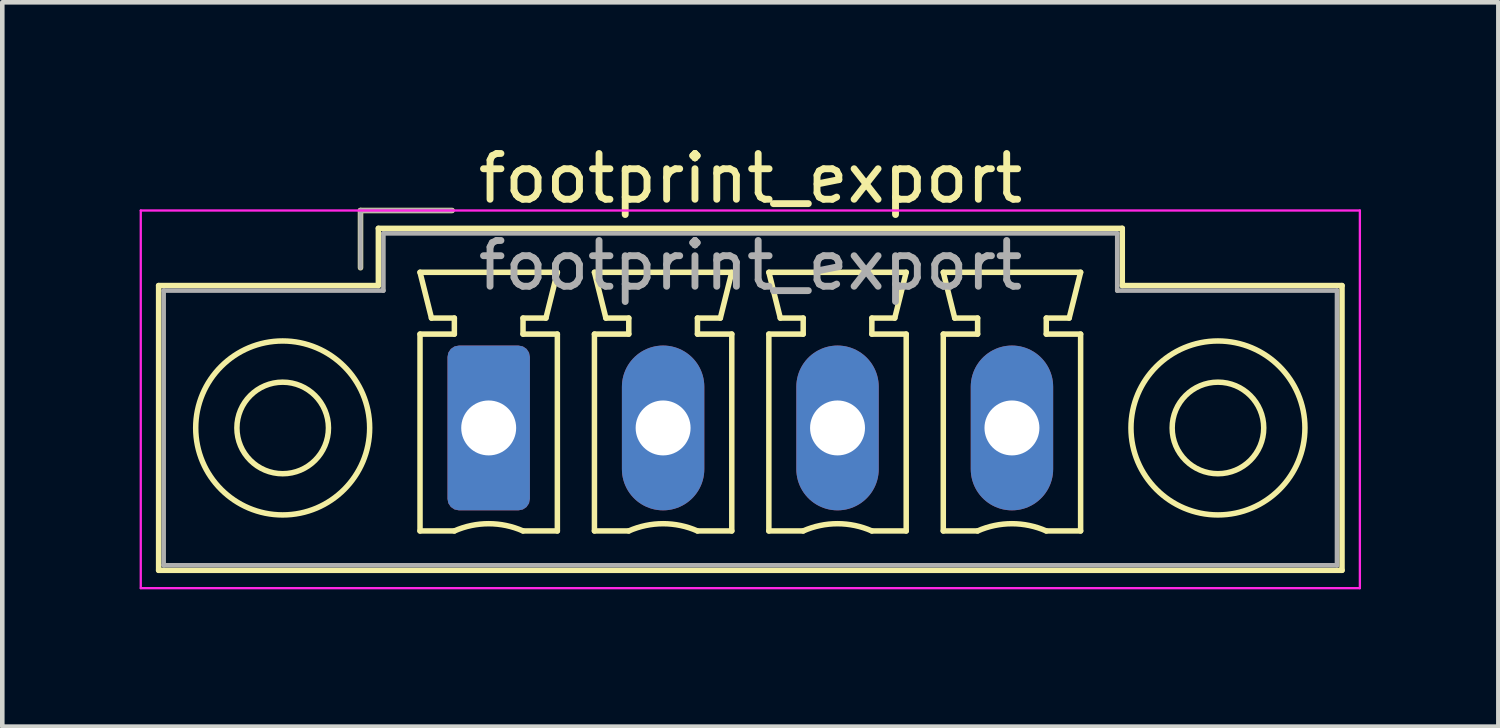
<source format=kicad_pcb>
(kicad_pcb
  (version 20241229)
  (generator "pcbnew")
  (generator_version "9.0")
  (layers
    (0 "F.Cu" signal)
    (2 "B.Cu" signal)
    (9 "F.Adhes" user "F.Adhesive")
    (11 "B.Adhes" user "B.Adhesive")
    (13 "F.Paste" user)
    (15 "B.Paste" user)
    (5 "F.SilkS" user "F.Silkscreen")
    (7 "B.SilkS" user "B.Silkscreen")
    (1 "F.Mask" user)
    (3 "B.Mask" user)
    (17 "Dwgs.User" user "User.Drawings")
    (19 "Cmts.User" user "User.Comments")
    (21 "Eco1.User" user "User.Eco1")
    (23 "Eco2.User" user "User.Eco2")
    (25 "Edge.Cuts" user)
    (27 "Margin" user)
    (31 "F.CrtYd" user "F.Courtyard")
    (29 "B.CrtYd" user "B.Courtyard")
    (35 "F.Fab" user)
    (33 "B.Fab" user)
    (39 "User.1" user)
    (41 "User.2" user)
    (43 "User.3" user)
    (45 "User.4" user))
  (footprint "footprint_export"
    (layer "F.Cu")
    (at 7.625 6.298)
    (property "Reference" "footprint_export" (at 5.72 -5.45 0) (layer "F.SilkS") (effects (font (size 1 1) (thickness 0.15))))
    (attr through_hole)
    (fp_line (start -7.21 -3.11) (end -7.21 3.11) (stroke (width 0.12) (type solid)) (layer "F.SilkS"))
    (fp_line (start -7.21 3.11) (end 18.64 3.11) (stroke (width 0.12) (type solid)) (layer "F.SilkS"))
    (fp_line (start -2.8 -4.75) (end -0.8 -4.75) (stroke (width 0.12) (type solid)) (layer "F.SilkS"))
    (fp_line (start -2.8 -3.5) (end -2.8 -4.75) (stroke (width 0.12) (type solid)) (layer "F.SilkS"))
    (fp_line (start -2.41 -4.36) (end -2.41 -3.11) (stroke (width 0.12) (type solid)) (layer "F.SilkS"))
    (fp_line (start -2.41 -3.11) (end -7.21 -3.11) (stroke (width 0.12) (type solid)) (layer "F.SilkS"))
    (fp_line (start -1.5 -3.4) (end 1.5 -3.4) (stroke (width 0.12) (type solid)) (layer "F.SilkS"))
    (fp_line (start -1.5 -2.05) (end -0.75 -2.05) (stroke (width 0.12) (type solid)) (layer "F.SilkS"))
    (fp_line (start -1.5 2.25) (end -1.5 -2.05) (stroke (width 0.12) (type solid)) (layer "F.SilkS"))
    (fp_line (start -1.25 -2.4) (end -1.5 -3.4) (stroke (width 0.12) (type solid)) (layer "F.SilkS"))
    (fp_line (start -0.75 -2.4) (end -1.25 -2.4) (stroke (width 0.12) (type solid)) (layer "F.SilkS"))
    (fp_line (start -0.75 -2.05) (end -0.75 -2.4) (stroke (width 0.12) (type solid)) (layer "F.SilkS"))
    (fp_line (start -0.75 2.25) (end -1.5 2.25) (stroke (width 0.12) (type solid)) (layer "F.SilkS"))
    (fp_line (start 0.75 -2.4) (end 0.75 -2.05) (stroke (width 0.12) (type solid)) (layer "F.SilkS"))
    (fp_line (start 0.75 -2.05) (end 1.5 -2.05) (stroke (width 0.12) (type solid)) (layer "F.SilkS"))
    (fp_line (start 1.25 -2.4) (end 0.75 -2.4) (stroke (width 0.12) (type solid)) (layer "F.SilkS"))
    (fp_line (start 1.5 -3.4) (end 1.25 -2.4) (stroke (width 0.12) (type solid)) (layer "F.SilkS"))
    (fp_line (start 1.5 -2.05) (end 1.5 2.25) (stroke (width 0.12) (type solid)) (layer "F.SilkS"))
    (fp_line (start 1.5 2.25) (end 0.75 2.25) (stroke (width 0.12) (type solid)) (layer "F.SilkS"))
    (fp_line (start 2.31 -3.4) (end 5.31 -3.4) (stroke (width 0.12) (type solid)) (layer "F.SilkS"))
    (fp_line (start 2.31 -2.05) (end 3.06 -2.05) (stroke (width 0.12) (type solid)) (layer "F.SilkS"))
    (fp_line (start 2.31 2.25) (end 2.31 -2.05) (stroke (width 0.12) (type solid)) (layer "F.SilkS"))
    (fp_line (start 2.56 -2.4) (end 2.31 -3.4) (stroke (width 0.12) (type solid)) (layer "F.SilkS"))
    (fp_line (start 3.06 -2.4) (end 2.56 -2.4) (stroke (width 0.12) (type solid)) (layer "F.SilkS"))
    (fp_line (start 3.06 -2.05) (end 3.06 -2.4) (stroke (width 0.12) (type solid)) (layer "F.SilkS"))
    (fp_line (start 3.06 2.25) (end 2.31 2.25) (stroke (width 0.12) (type solid)) (layer "F.SilkS"))
    (fp_line (start 4.56 -2.4) (end 4.56 -2.05) (stroke (width 0.12) (type solid)) (layer "F.SilkS"))
    (fp_line (start 4.56 -2.05) (end 5.31 -2.05) (stroke (width 0.12) (type solid)) (layer "F.SilkS"))
    (fp_line (start 5.06 -2.4) (end 4.56 -2.4) (stroke (width 0.12) (type solid)) (layer "F.SilkS"))
    (fp_line (start 5.31 -3.4) (end 5.06 -2.4) (stroke (width 0.12) (type solid)) (layer "F.SilkS"))
    (fp_line (start 5.31 -2.05) (end 5.31 2.25) (stroke (width 0.12) (type solid)) (layer "F.SilkS"))
    (fp_line (start 5.31 2.25) (end 4.56 2.25) (stroke (width 0.12) (type solid)) (layer "F.SilkS"))
    (fp_line (start 6.12 -3.4) (end 9.12 -3.4) (stroke (width 0.12) (type solid)) (layer "F.SilkS"))
    (fp_line (start 6.12 -2.05) (end 6.87 -2.05) (stroke (width 0.12) (type solid)) (layer "F.SilkS"))
    (fp_line (start 6.12 2.25) (end 6.12 -2.05) (stroke (width 0.12) (type solid)) (layer "F.SilkS"))
    (fp_line (start 6.37 -2.4) (end 6.12 -3.4) (stroke (width 0.12) (type solid)) (layer "F.SilkS"))
    (fp_line (start 6.87 -2.4) (end 6.37 -2.4) (stroke (width 0.12) (type solid)) (layer "F.SilkS"))
    (fp_line (start 6.87 -2.05) (end 6.87 -2.4) (stroke (width 0.12) (type solid)) (layer "F.SilkS"))
    (fp_line (start 6.87 2.25) (end 6.12 2.25) (stroke (width 0.12) (type solid)) (layer "F.SilkS"))
    (fp_line (start 8.37 -2.4) (end 8.37 -2.05) (stroke (width 0.12) (type solid)) (layer "F.SilkS"))
    (fp_line (start 8.37 -2.05) (end 9.12 -2.05) (stroke (width 0.12) (type solid)) (layer "F.SilkS"))
    (fp_line (start 8.87 -2.4) (end 8.37 -2.4) (stroke (width 0.12) (type solid)) (layer "F.SilkS"))
    (fp_line (start 9.12 -3.4) (end 8.87 -2.4) (stroke (width 0.12) (type solid)) (layer "F.SilkS"))
    (fp_line (start 9.12 -2.05) (end 9.12 2.25) (stroke (width 0.12) (type solid)) (layer "F.SilkS"))
    (fp_line (start 9.12 2.25) (end 8.37 2.25) (stroke (width 0.12) (type solid)) (layer "F.SilkS"))
    (fp_line (start 9.93 -3.4) (end 12.93 -3.4) (stroke (width 0.12) (type solid)) (layer "F.SilkS"))
    (fp_line (start 9.93 -2.05) (end 10.68 -2.05) (stroke (width 0.12) (type solid)) (layer "F.SilkS"))
    (fp_line (start 9.93 2.25) (end 9.93 -2.05) (stroke (width 0.12) (type solid)) (layer "F.SilkS"))
    (fp_line (start 10.18 -2.4) (end 9.93 -3.4) (stroke (width 0.12) (type solid)) (layer "F.SilkS"))
    (fp_line (start 10.68 -2.4) (end 10.18 -2.4) (stroke (width 0.12) (type solid)) (layer "F.SilkS"))
    (fp_line (start 10.68 -2.05) (end 10.68 -2.4) (stroke (width 0.12) (type solid)) (layer "F.SilkS"))
    (fp_line (start 10.68 2.25) (end 9.93 2.25) (stroke (width 0.12) (type solid)) (layer "F.SilkS"))
    (fp_line (start 12.18 -2.4) (end 12.18 -2.05) (stroke (width 0.12) (type solid)) (layer "F.SilkS"))
    (fp_line (start 12.18 -2.05) (end 12.93 -2.05) (stroke (width 0.12) (type solid)) (layer "F.SilkS"))
    (fp_line (start 12.68 -2.4) (end 12.18 -2.4) (stroke (width 0.12) (type solid)) (layer "F.SilkS"))
    (fp_line (start 12.93 -3.4) (end 12.68 -2.4) (stroke (width 0.12) (type solid)) (layer "F.SilkS"))
    (fp_line (start 12.93 -2.05) (end 12.93 2.25) (stroke (width 0.12) (type solid)) (layer "F.SilkS"))
    (fp_line (start 12.93 2.25) (end 12.18 2.25) (stroke (width 0.12) (type solid)) (layer "F.SilkS"))
    (fp_line (start 13.84 -4.36) (end -2.41 -4.36) (stroke (width 0.12) (type solid)) (layer "F.SilkS"))
    (fp_line (start 13.84 -3.11) (end 13.84 -4.36) (stroke (width 0.12) (type solid)) (layer "F.SilkS"))
    (fp_line (start 18.64 -3.11) (end 13.84 -3.11) (stroke (width 0.12) (type solid)) (layer "F.SilkS"))
    (fp_line (start 18.64 3.11) (end 18.64 -3.11) (stroke (width 0.12) (type solid)) (layer "F.SilkS"))
    (fp_arc (start -0.75 2.25) (mid -0.000193 2.09191) (end 0.749647 2.249844) (stroke (width 0.12) (type solid)) (layer "F.SilkS"))
    (fp_arc (start 3.06 2.25) (mid 3.809807 2.09191) (end 4.559647 2.249844) (stroke (width 0.12) (type solid)) (layer "F.SilkS"))
    (fp_arc (start 6.87 2.25) (mid 7.619807 2.09191) (end 8.369647 2.249844) (stroke (width 0.12) (type solid)) (layer "F.SilkS"))
    (fp_arc (start 10.68 2.25) (mid 11.429807 2.09191) (end 12.179647 2.249844) (stroke (width 0.12) (type solid)) (layer "F.SilkS"))
    (fp_circle (center -4.5 0) (end -3.5 0) (stroke (width 0.12) (type solid)) (fill no) (layer "F.SilkS"))
    (fp_circle (center -4.5 0) (end -2.6 0) (stroke (width 0.12) (type solid)) (fill no) (layer "F.SilkS"))
    (fp_circle (center 15.93 0) (end 16.93 0) (stroke (width 0.12) (type solid)) (fill no) (layer "F.SilkS"))
    (fp_circle (center 15.93 0) (end 17.83 0) (stroke (width 0.12) (type solid)) (fill no) (layer "F.SilkS"))
    (fp_line (start -7.6 -4.75) (end -7.6 3.5) (stroke (width 0.05) (type solid)) (layer "F.CrtYd"))
    (fp_line (start -7.6 3.5) (end 19.03 3.5) (stroke (width 0.05) (type solid)) (layer "F.CrtYd"))
    (fp_line (start 19.03 -4.75) (end -7.6 -4.75) (stroke (width 0.05) (type solid)) (layer "F.CrtYd"))
    (fp_line (start 19.03 3.5) (end 19.03 -4.75) (stroke (width 0.05) (type solid)) (layer "F.CrtYd"))
    (fp_line (start -7.1 -3) (end -7.1 3) (stroke (width 0.1) (type solid)) (layer "F.Fab"))
    (fp_line (start -7.1 3) (end 18.53 3) (stroke (width 0.1) (type solid)) (layer "F.Fab"))
    (fp_line (start -2.8 -4.75) (end -0.8 -4.75) (stroke (width 0.1) (type solid)) (layer "F.Fab"))
    (fp_line (start -2.8 -3.5) (end -2.8 -4.75) (stroke (width 0.1) (type solid)) (layer "F.Fab"))
    (fp_line (start -2.3 -4.25) (end -2.3 -3) (stroke (width 0.1) (type solid)) (layer "F.Fab"))
    (fp_line (start -2.3 -3) (end -7.1 -3) (stroke (width 0.1) (type solid)) (layer "F.Fab"))
    (fp_line (start 13.73 -4.25) (end -2.3 -4.25) (stroke (width 0.1) (type solid)) (layer "F.Fab"))
    (fp_line (start 13.73 -3) (end 13.73 -4.25) (stroke (width 0.1) (type solid)) (layer "F.Fab"))
    (fp_line (start 18.53 -3) (end 13.73 -3) (stroke (width 0.1) (type solid)) (layer "F.Fab"))
    (fp_line (start 18.53 3) (end 18.53 -3) (stroke (width 0.1) (type solid)) (layer "F.Fab"))
    (fp_text user "${REFERENCE}" (at 5.72 -3.55 0) (layer "F.Fab") (effects (font (size 1 1) (thickness 0.15))))
    (pad "1" thru_hole roundrect (at 0 0) (size 1.8 3.6) (drill 1.2) (layers "*.Cu" "*.Mask") (roundrect_rratio 0.139))
    (pad "2" thru_hole oval (at 3.81 0) (size 1.8 3.6) (drill 1.2) (layers "*.Cu" "*.Mask"))
    (pad "3" thru_hole oval (at 7.62 0) (size 1.8 3.6) (drill 1.2) (layers "*.Cu" "*.Mask"))
    (pad "4" thru_hole oval (at 11.43 0) (size 1.8 3.6) (drill 1.2) (layers "*.Cu" "*.Mask")))
  (gr_rect
    (start -3 -3)
    (end 29.68 12.823)
    (stroke (width 0.1) (type default))
    (fill no)
    (layer "Edge.Cuts")))
</source>
